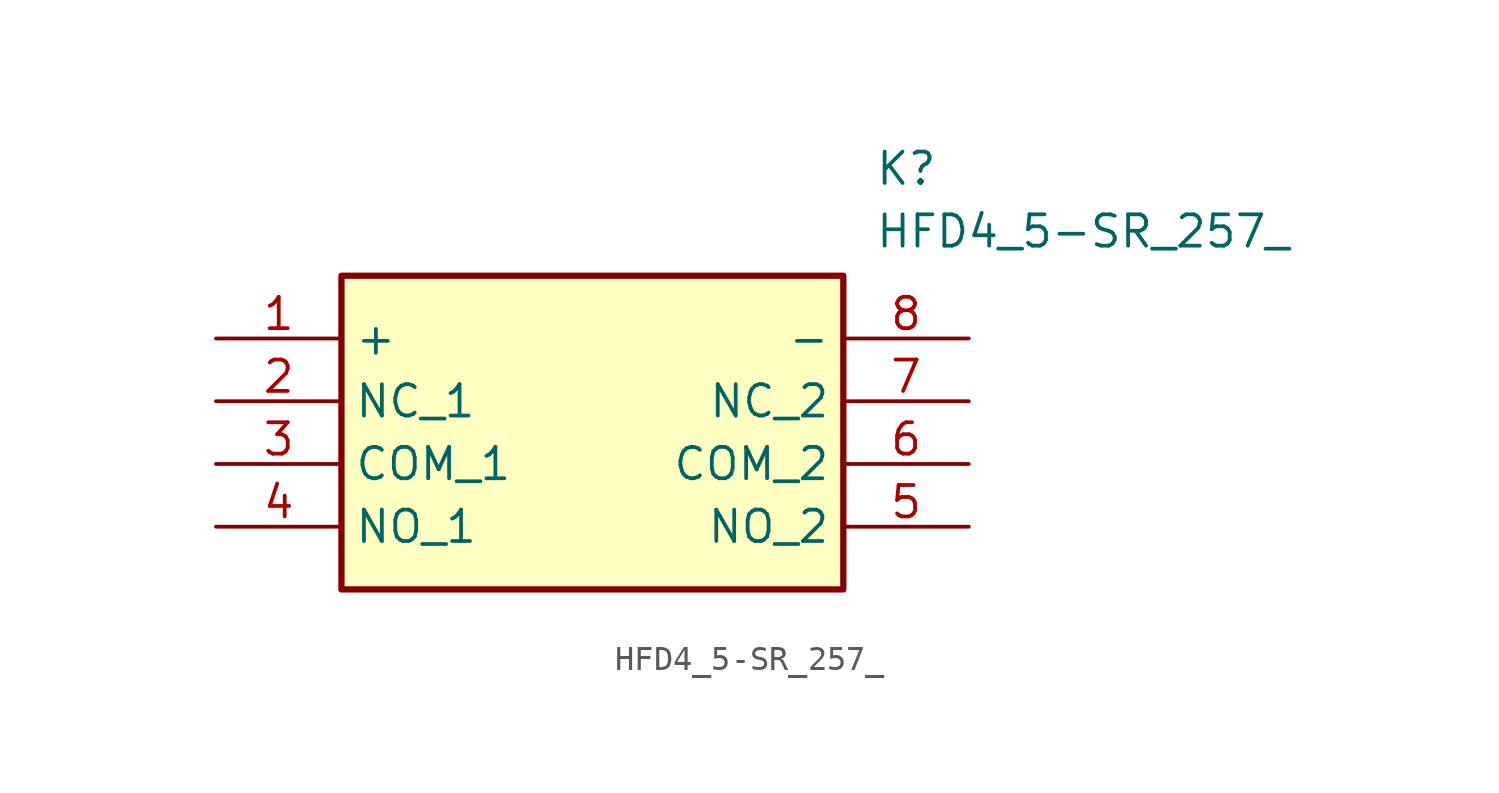
<source format=kicad_sym>
(kicad_symbol_lib
  (version 20211014)
  (generator SamacSys_ECAD_Model)
  (symbol "HFD4_5-SR_257_"
    (property "Reference" "K"
      (at 26.67 7.62 0)
      (effects (font (size 1.27 1.27)) (justify left top)))
    (property "Value" "HFD4_5-SR_257_"
      (at 26.67 5.08 0)
      (effects (font (size 1.27 1.27)) (justify left top)))
    (rectangle
      (start 5.08 2.54)
      (end 25.4 -10.16)
      (stroke (width 0.254) (type default))
      (fill (type background)))
    (pin passive line
      (at 0 0 0)
      (length 5.08)
      (name "+" (effects (font (size 1.27 1.27))))
      (number "1" (effects (font (size 1.27 1.27)))))
    (pin passive line
      (at 0 -2.54 0)
      (length 5.08)
      (name "NC_1" (effects (font (size 1.27 1.27))))
      (number "2" (effects (font (size 1.27 1.27)))))
    (pin passive line
      (at 0 -5.08 0)
      (length 5.08)
      (name "COM_1" (effects (font (size 1.27 1.27))))
      (number "3" (effects (font (size 1.27 1.27)))))
    (pin passive line
      (at 0 -7.62 0)
      (length 5.08)
      (name "NO_1" (effects (font (size 1.27 1.27))))
      (number "4" (effects (font (size 1.27 1.27)))))
    (pin passive line
      (at 30.48 -7.62 180)
      (length 5.08)
      (name "NO_2" (effects (font (size 1.27 1.27))))
      (number "5" (effects (font (size 1.27 1.27)))))
    (pin passive line
      (at 30.48 -5.08 180)
      (length 5.08)
      (name "COM_2" (effects (font (size 1.27 1.27))))
      (number "6" (effects (font (size 1.27 1.27)))))
    (pin passive line
      (at 30.48 -2.54 180)
      (length 5.08)
      (name "NC_2" (effects (font (size 1.27 1.27))))
      (number "7" (effects (font (size 1.27 1.27)))))
    (pin passive line
      (at 30.48 0 180)
      (length 5.08)
      (name "-" (effects (font (size 1.27 1.27))))
      (number "8" (effects (font (size 1.27 1.27)))))))
</source>
